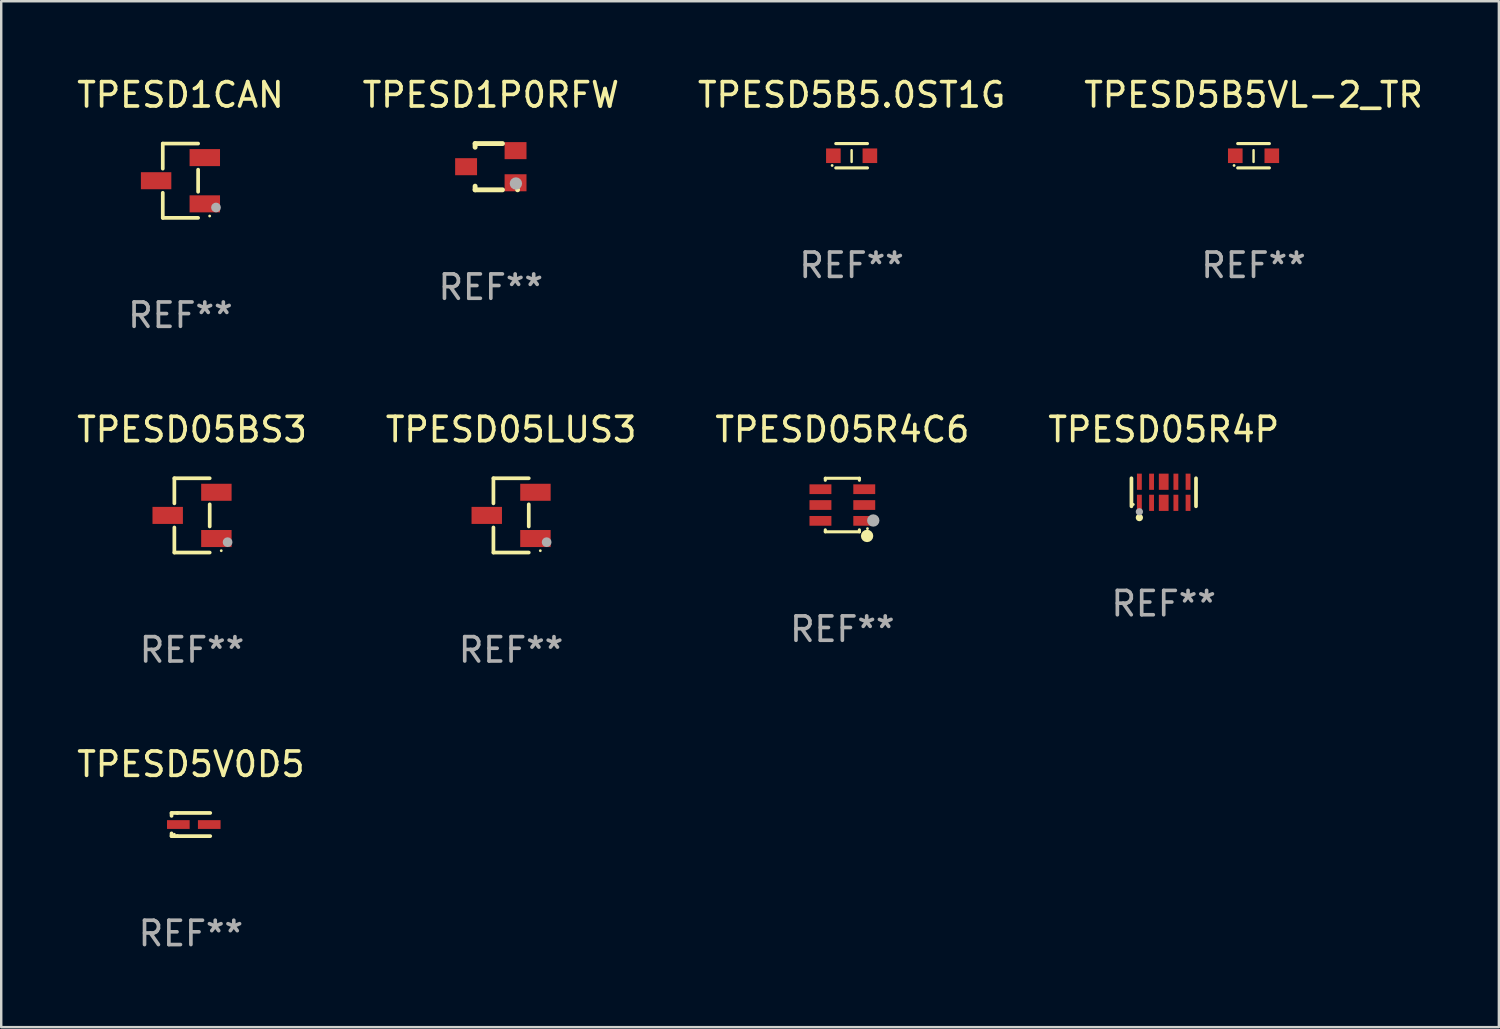
<source format=kicad_pcb>
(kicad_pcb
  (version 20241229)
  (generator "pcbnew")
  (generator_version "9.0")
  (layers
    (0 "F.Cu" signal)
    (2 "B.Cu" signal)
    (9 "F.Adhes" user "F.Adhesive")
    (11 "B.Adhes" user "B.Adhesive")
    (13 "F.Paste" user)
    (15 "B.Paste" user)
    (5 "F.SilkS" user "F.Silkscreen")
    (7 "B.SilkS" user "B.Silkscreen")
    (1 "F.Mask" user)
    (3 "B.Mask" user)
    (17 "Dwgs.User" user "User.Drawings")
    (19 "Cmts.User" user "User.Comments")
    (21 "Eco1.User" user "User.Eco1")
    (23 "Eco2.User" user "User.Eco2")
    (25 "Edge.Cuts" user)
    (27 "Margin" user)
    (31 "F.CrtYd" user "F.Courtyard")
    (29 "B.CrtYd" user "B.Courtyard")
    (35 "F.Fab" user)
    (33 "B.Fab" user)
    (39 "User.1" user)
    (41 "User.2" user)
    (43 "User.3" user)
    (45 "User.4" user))
  (footprint "TPESD1P0RFW"
    (layer "F.Cu")
    (at 17.113 3.798)
    (property "Reference" "TPESD1P0RFW" (at 0 -2.95 0) (layer "F.SilkS") (effects (font (size 1 1) (thickness 0.15))))
    (attr through_hole)
    (fp_line (start -0.645 -0.95) (end 0.48 -0.95) (stroke (width 0.201) (type solid)) (layer "F.SilkS"))
    (fp_line (start -0.645 -0.8) (end -0.645 -0.95) (stroke (width 0.201) (type solid)) (layer "F.SilkS"))
    (fp_line (start -0.645 0.95) (end -0.645 0.8) (stroke (width 0.201) (type solid)) (layer "F.SilkS"))
    (fp_line (start 0.48 0.95) (end -0.645 0.95) (stroke (width 0.201) (type solid)) (layer "F.SilkS"))
    (fp_circle (center 1.1 0.95) (end 1.15 0.95) (stroke (width 0.1) (type solid)) (fill no) (layer "F.SilkS"))
    (fp_circle (center 1.03 0.69) (end 1.157 0.69) (stroke (width 0.254) (type solid)) (fill no) (layer "F.Fab"))
    (fp_text user "REF**" (at 0 4.95 0) (layer "F.Fab") (effects (font (size 1 1) (thickness 0.15))))
    (pad "1" smd rect (at 1.016 0.66 90) (size 0.7 0.9) (layers "F.Cu" "F.Mask" "F.Paste"))
    (pad "2" smd rect (at 1.016 -0.66 90) (size 0.7 0.9) (layers "F.Cu" "F.Mask" "F.Paste"))
    (pad "3" smd rect (at -1.016 0 90) (size 0.7 0.9) (layers "F.Cu" "F.Mask" "F.Paste")))
  (footprint "TPESD1CAN"
    (layer "F.Cu")
    (at 4.363 4.374)
    (property "Reference" "TPESD1CAN" (at 0 -3.526 0) (layer "F.SilkS") (effects (font (size 1 1) (thickness 0.15))))
    (attr through_hole)
    (fp_line (start -0.726 -1.526) (end -0.726 -0.495) (stroke (width 0.152) (type solid)) (layer "F.SilkS"))
    (fp_line (start -0.726 1.526) (end -0.726 0.495) (stroke (width 0.152) (type solid)) (layer "F.SilkS"))
    (fp_line (start 0.726 -1.526) (end -0.726 -1.526) (stroke (width 0.152) (type solid)) (layer "F.SilkS"))
    (fp_line (start 0.726 -0.455) (end 0.726 0.455) (stroke (width 0.152) (type solid)) (layer "F.SilkS"))
    (fp_line (start 0.726 1.526) (end -0.726 1.526) (stroke (width 0.152) (type solid)) (layer "F.SilkS"))
    (fp_circle (center 1.2 1.45) (end 1.23 1.45) (stroke (width 0.06) (type solid)) (fill no) (layer "F.SilkS"))
    (fp_circle (center 1.46 1.1) (end 1.56 1.1) (stroke (width 0.2) (type solid)) (fill no) (layer "F.Fab"))
    (fp_text user "REF**" (at 0 5.526 0) (layer "F.Fab") (effects (font (size 1 1) (thickness 0.15))))
    (pad "1" smd rect (at 1 0.95) (size 1.25 0.7) (layers "F.Cu" "F.Mask" "F.Paste"))
    (pad "2" smd rect (at 1 -0.95) (size 1.25 0.7) (layers "F.Cu" "F.Mask" "F.Paste"))
    (pad "3" smd rect (at -1 0) (size 1.25 0.7) (layers "F.Cu" "F.Mask" "F.Paste")))
  (footprint "TPESD5V0D5"
    (layer "F.Cu")
    (at 4.792 30.822)
    (property "Reference" "TPESD5V0D5" (at 0 -2.476 0) (layer "F.SilkS") (effects (font (size 1 1) (thickness 0.15))))
    (attr through_hole)
    (fp_line (start -0.795 -0.476) (end -0.795 -0.356) (stroke (width 0.152) (type solid)) (layer "F.SilkS"))
    (fp_line (start -0.795 0.363) (end -0.795 0.476) (stroke (width 0.152) (type solid)) (layer "F.SilkS"))
    (fp_line (start -0.795 0.476) (end -0.557 0.476) (stroke (width 0.152) (type solid)) (layer "F.SilkS"))
    (fp_line (start -0.557 -0.476) (end -0.795 -0.476) (stroke (width 0.152) (type solid)) (layer "F.SilkS"))
    (fp_line (start -0.557 -0.476) (end 0.795 -0.476) (stroke (width 0.152) (type solid)) (layer "F.SilkS"))
    (fp_line (start -0.557 0.476) (end 0.795 0.476) (stroke (width 0.152) (type solid)) (layer "F.SilkS"))
    (fp_circle (center -0.681 0.4) (end -0.651 0.4) (stroke (width 0.06) (type solid)) (fill no) (layer "F.SilkS"))
    (fp_text user "REF**" (at 0 4.476 0) (layer "F.Fab") (effects (font (size 1 1) (thickness 0.15))))
    (pad "1" smd rect (at -0.516 0 180) (size 0.93 0.36) (layers "F.Cu" "F.Mask" "F.Paste"))
    (pad "2" smd rect (at 0.754 0 180) (size 0.93 0.36) (layers "F.Cu" "F.Mask" "F.Paste")))
  (footprint "TPESD05BS3"
    (layer "F.Cu")
    (at 4.839 18.123)
    (property "Reference" "TPESD05BS3" (at 0 -3.526 0) (layer "F.SilkS") (effects (font (size 1 1) (thickness 0.15))))
    (attr through_hole)
    (fp_line (start -0.726 -1.526) (end -0.726 -0.495) (stroke (width 0.152) (type solid)) (layer "F.SilkS"))
    (fp_line (start -0.726 1.526) (end -0.726 0.495) (stroke (width 0.152) (type solid)) (layer "F.SilkS"))
    (fp_line (start 0.726 -1.526) (end -0.726 -1.526) (stroke (width 0.152) (type solid)) (layer "F.SilkS"))
    (fp_line (start 0.726 -0.455) (end 0.726 0.455) (stroke (width 0.152) (type solid)) (layer "F.SilkS"))
    (fp_line (start 0.726 1.526) (end -0.726 1.526) (stroke (width 0.152) (type solid)) (layer "F.SilkS"))
    (fp_circle (center 1.2 1.45) (end 1.23 1.45) (stroke (width 0.06) (type solid)) (fill no) (layer "F.SilkS"))
    (fp_circle (center 1.46 1.1) (end 1.56 1.1) (stroke (width 0.2) (type solid)) (fill no) (layer "F.Fab"))
    (fp_text user "REF**" (at 0 5.526 0) (layer "F.Fab") (effects (font (size 1 1) (thickness 0.15))))
    (pad "1" smd rect (at 1 0.95) (size 1.25 0.7) (layers "F.Cu" "F.Mask" "F.Paste"))
    (pad "2" smd rect (at 1 -0.95) (size 1.25 0.7) (layers "F.Cu" "F.Mask" "F.Paste"))
    (pad "3" smd rect (at -1 0) (size 1.25 0.7) (layers "F.Cu" "F.Mask" "F.Paste")))
  (footprint "TPESD05R4P"
    (layer "F.Cu")
    (at 44.756 17.173)
    (property "Reference" "TPESD05R4P" (at 0 -2.576 0) (layer "F.SilkS") (effects (font (size 1 1) (thickness 0.15))))
    (attr through_hole)
    (fp_line (start -1.326 0.576) (end -1.326 -0.576) (stroke (width 0.152) (type solid)) (layer "F.SilkS"))
    (fp_line (start 1.326 0.576) (end 1.326 -0.576) (stroke (width 0.152) (type solid)) (layer "F.SilkS"))
    (fp_circle (center -1.25 0.5) (end -1.22 0.5) (stroke (width 0.06) (type solid)) (fill no) (layer "F.SilkS"))
    (fp_circle (center -1 1.04) (end -0.925 1.04) (stroke (width 0.15) (type solid)) (fill no) (layer "F.SilkS"))
    (fp_circle (center -1 0.8) (end -0.925 0.8) (stroke (width 0.15) (type solid)) (fill no) (layer "F.Fab"))
    (fp_text user "REF**" (at 0 4.576 0) (layer "F.Fab") (effects (font (size 1 1) (thickness 0.15))))
    (pad "1" smd rect (at -1 0.433) (size 0.2 0.665) (layers "F.Cu" "F.Mask" "F.Paste"))
    (pad "2" smd rect (at -0.5 0.433) (size 0.2 0.665) (layers "F.Cu" "F.Mask" "F.Paste"))
    (pad "3" smd rect (at 0 0.433) (size 0.4 0.665) (layers "F.Cu" "F.Mask" "F.Paste"))
    (pad "4" smd rect (at 0.5 0.433) (size 0.2 0.665) (layers "F.Cu" "F.Mask" "F.Paste"))
    (pad "5" smd rect (at 1 0.433) (size 0.2 0.665) (layers "F.Cu" "F.Mask" "F.Paste"))
    (pad "6" smd rect (at 1 -0.433) (size 0.2 0.665) (layers "F.Cu" "F.Mask" "F.Paste"))
    (pad "7" smd rect (at 0.5 -0.433) (size 0.2 0.665) (layers "F.Cu" "F.Mask" "F.Paste"))
    (pad "8" smd rect (at 0 -0.433) (size 0.4 0.665) (layers "F.Cu" "F.Mask" "F.Paste"))
    (pad "9" smd rect (at -0.5 -0.433) (size 0.2 0.665) (layers "F.Cu" "F.Mask" "F.Paste"))
    (pad "10" smd rect (at -1 -0.433) (size 0.2 0.665) (layers "F.Cu" "F.Mask" "F.Paste")))
  (footprint "TPESD5B5.0ST1G"
    (layer "F.Cu")
    (at 31.935 3.348)
    (property "Reference" "TPESD5B5.0ST1G" (at 0 -2.5 0) (layer "F.SilkS") (effects (font (size 1 1) (thickness 0.15))))
    (attr through_hole)
    (fp_line (start -0.65 -0.5) (end 0.65 -0.5) (stroke (width 0.13) (type solid)) (layer "F.SilkS"))
    (fp_line (start -0.65 0.5) (end 0.65 0.5) (stroke (width 0.13) (type solid)) (layer "F.SilkS"))
    (fp_line (start 0 -0.229) (end 0 0.254) (stroke (width 0.1) (type solid)) (layer "F.SilkS"))
    (fp_circle (center -0.8 0.4) (end -0.77 0.4) (stroke (width 0.06) (type solid)) (fill no) (layer "F.SilkS"))
    (fp_text user "REF**" (at 0 4.5 0) (layer "F.Fab") (effects (font (size 1 1) (thickness 0.15))))
    (pad "1" smd rect (at -0.75 0) (size 0.6 0.6) (layers "F.Cu" "F.Mask" "F.Paste"))
    (pad "2" smd rect (at 0.75 0 180) (size 0.6 0.6) (layers "F.Cu" "F.Mask" "F.Paste")))
  (footprint "TPESD5B5VL-2_TR"
    (layer "F.Cu")
    (at 48.446 3.348)
    (property "Reference" "TPESD5B5VL-2_TR" (at 0 -2.5 0) (layer "F.SilkS") (effects (font (size 1 1) (thickness 0.15))))
    (attr through_hole)
    (fp_line (start -0.65 -0.5) (end 0.65 -0.5) (stroke (width 0.13) (type solid)) (layer "F.SilkS"))
    (fp_line (start -0.65 0.5) (end 0.65 0.5) (stroke (width 0.13) (type solid)) (layer "F.SilkS"))
    (fp_line (start 0 -0.229) (end 0 0.254) (stroke (width 0.1) (type solid)) (layer "F.SilkS"))
    (fp_circle (center -0.8 0.4) (end -0.77 0.4) (stroke (width 0.06) (type solid)) (fill no) (layer "F.SilkS"))
    (fp_text user "REF**" (at 0 4.5 0) (layer "F.Fab") (effects (font (size 1 1) (thickness 0.15))))
    (pad "1" smd rect (at -0.75 0) (size 0.6 0.6) (layers "F.Cu" "F.Mask" "F.Paste"))
    (pad "2" smd rect (at 0.75 0 180) (size 0.6 0.6) (layers "F.Cu" "F.Mask" "F.Paste")))
  (footprint "TPESD05R4C6"
    (layer "F.Cu")
    (at 31.554 17.697)
    (property "Reference" "TPESD05R4C6" (at 0 -3.1 0) (layer "F.SilkS") (effects (font (size 1 1) (thickness 0.15))))
    (attr through_hole)
    (fp_line (start -0.7 -1.018) (end -0.7 -1.1) (stroke (width 0.127) (type solid)) (layer "F.SilkS"))
    (fp_line (start -0.7 1.1) (end -0.7 1.018) (stroke (width 0.127) (type solid)) (layer "F.SilkS"))
    (fp_line (start 0.7 -1.1) (end -0.7 -1.1) (stroke (width 0.127) (type solid)) (layer "F.SilkS"))
    (fp_line (start 0.7 -1.018) (end 0.7 -1.1) (stroke (width 0.127) (type solid)) (layer "F.SilkS"))
    (fp_line (start 0.7 1.1) (end -0.7 1.1) (stroke (width 0.127) (type solid)) (layer "F.SilkS"))
    (fp_line (start 0.7 1.1) (end 0.7 1.018) (stroke (width 0.127) (type solid)) (layer "F.SilkS"))
    (fp_circle (center 1.016 1.27) (end 1.143 1.27) (stroke (width 0.254) (type solid)) (fill no) (layer "F.SilkS"))
    (fp_circle (center 1.032 0.97) (end 1.062 0.97) (stroke (width 0.06) (type solid)) (fill no) (layer "F.SilkS"))
    (fp_circle (center 1.27 0.635) (end 1.397 0.635) (stroke (width 0.254) (type solid)) (fill no) (layer "F.Fab"))
    (fp_text user "REF**" (at 0 5.1 0) (layer "F.Fab") (effects (font (size 1 1) (thickness 0.15))))
    (pad "1" smd rect (at 0.9 0.65 90) (size 0.4 0.9) (layers "F.Cu" "F.Mask" "F.Paste"))
    (pad "2" smd rect (at 0.9 -0.000102 90) (size 0.4 0.9) (layers "F.Cu" "F.Mask" "F.Paste"))
    (pad "3" smd rect (at 0.9 -0.65 90) (size 0.4 0.9) (layers "F.Cu" "F.Mask" "F.Paste"))
    (pad "4" smd rect (at -0.9 -0.65 90) (size 0.4 0.9) (layers "F.Cu" "F.Mask" "F.Paste"))
    (pad "5" smd rect (at -0.9 -0.000102 90) (size 0.4 0.9) (layers "F.Cu" "F.Mask" "F.Paste"))
    (pad "6" smd rect (at -0.9 0.65 90) (size 0.4 0.9) (layers "F.Cu" "F.Mask" "F.Paste")))
  (footprint "TPESD05LUS3"
    (layer "F.Cu")
    (at 17.946 18.123)
    (property "Reference" "TPESD05LUS3" (at 0 -3.526 0) (layer "F.SilkS") (effects (font (size 1 1) (thickness 0.15))))
    (attr through_hole)
    (fp_line (start -0.726 -1.526) (end -0.726 -0.495) (stroke (width 0.152) (type solid)) (layer "F.SilkS"))
    (fp_line (start -0.726 1.526) (end -0.726 0.495) (stroke (width 0.152) (type solid)) (layer "F.SilkS"))
    (fp_line (start 0.726 -1.526) (end -0.726 -1.526) (stroke (width 0.152) (type solid)) (layer "F.SilkS"))
    (fp_line (start 0.726 -0.455) (end 0.726 0.455) (stroke (width 0.152) (type solid)) (layer "F.SilkS"))
    (fp_line (start 0.726 1.526) (end -0.726 1.526) (stroke (width 0.152) (type solid)) (layer "F.SilkS"))
    (fp_circle (center 1.2 1.45) (end 1.23 1.45) (stroke (width 0.06) (type solid)) (fill no) (layer "F.SilkS"))
    (fp_circle (center 1.46 1.1) (end 1.56 1.1) (stroke (width 0.2) (type solid)) (fill no) (layer "F.Fab"))
    (fp_text user "REF**" (at 0 5.526 0) (layer "F.Fab") (effects (font (size 1 1) (thickness 0.15))))
    (pad "1" smd rect (at 1 0.95) (size 1.25 0.7) (layers "F.Cu" "F.Mask" "F.Paste"))
    (pad "2" smd rect (at 1 -0.95) (size 1.25 0.7) (layers "F.Cu" "F.Mask" "F.Paste"))
    (pad "3" smd rect (at -1 0) (size 1.25 0.7) (layers "F.Cu" "F.Mask" "F.Paste")))
  (gr_rect
    (start -3 -3)
    (end 58.524 39.147)
    (stroke (width 0.1) (type default))
    (fill no)
    (layer "Edge.Cuts")))
</source>
